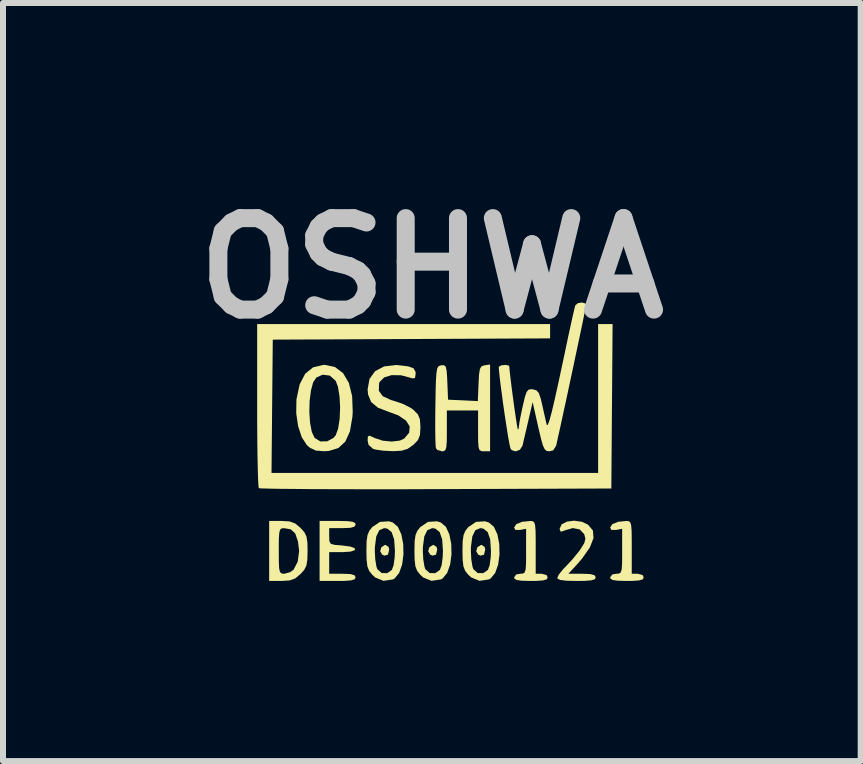
<source format=kicad_pcb>
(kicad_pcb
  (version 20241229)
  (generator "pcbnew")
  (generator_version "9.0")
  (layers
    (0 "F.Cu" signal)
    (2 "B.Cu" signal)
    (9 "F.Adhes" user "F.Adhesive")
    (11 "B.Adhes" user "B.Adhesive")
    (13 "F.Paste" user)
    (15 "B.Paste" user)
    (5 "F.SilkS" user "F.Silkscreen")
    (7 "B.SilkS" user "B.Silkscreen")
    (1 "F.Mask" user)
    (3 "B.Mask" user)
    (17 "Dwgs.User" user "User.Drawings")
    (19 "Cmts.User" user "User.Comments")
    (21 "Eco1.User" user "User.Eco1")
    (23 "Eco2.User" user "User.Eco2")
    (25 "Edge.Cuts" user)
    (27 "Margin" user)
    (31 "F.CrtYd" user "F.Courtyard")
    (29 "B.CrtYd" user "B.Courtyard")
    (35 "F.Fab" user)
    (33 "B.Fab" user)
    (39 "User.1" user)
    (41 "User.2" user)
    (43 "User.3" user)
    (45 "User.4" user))
  (footprint "OSHWA"
    (layer "F.Cu")
    (at 4.194 4.348)
    (property "Reference" "OSHWA" (at -0.05 -2.93 0) (layer "Dwgs.User") (effects (font (size 1.524 1.524) (thickness 0.3))))
    (attr board_only exclude_from_pos_files exclude_from_bom)
    (fp_poly (pts (xy -0.771 1.713) (xy -0.76 1.758) (xy -0.781 1.842) (xy -0.84 1.858) (xy -0.878 1.841) (xy -0.911 1.785) (xy -0.892 1.719) (xy -0.834 1.681) (xy -0.821 1.68)) (stroke (width 0) (type solid)) (fill yes) (layer "F.SilkS"))
    (fp_poly (pts (xy 0.029 1.713) (xy 0.04 1.758) (xy 0.019 1.842) (xy -0.04 1.858) (xy -0.078 1.841) (xy -0.111 1.785) (xy -0.092 1.719) (xy -0.034 1.681) (xy -0.021 1.68)) (stroke (width 0) (type solid)) (fill yes) (layer "F.SilkS"))
    (fp_poly (pts (xy 0.829 1.713) (xy 0.84 1.758) (xy 0.819 1.842) (xy 0.76 1.858) (xy 0.722 1.841) (xy 0.689 1.785) (xy 0.708 1.719) (xy 0.766 1.681) (xy 0.779 1.68)) (stroke (width 0) (type solid)) (fill yes) (layer "F.SilkS"))
    (fp_poly (pts (xy 1.92 -1.761) (xy -2.7 -1.74) (xy -2.721 0.48) (xy 2.72 0.48) (xy 2.72 -2) (xy 2.961 -2) (xy 2.94 0.74) (xy 0.017 0.75) (xy -0.46 0.752) (xy -0.913 0.752) (xy -1.336 0.752) (xy -1.723 0.751) (xy -2.068 0.75) (xy -2.364 0.747) (xy -2.605 0.745) (xy -2.784 0.741) (xy -2.896 0.738) (xy -2.933 0.734) (xy -2.939 0.689) (xy -2.945 0.573) (xy -2.95 0.396) (xy -2.955 0.168) (xy -2.958 -0.102) (xy -2.96 -0.406) (xy -2.96 -0.647) (xy -2.96 -2) (xy 1.92 -2)) (stroke (width 0) (type solid)) (fill yes) (layer "F.SilkS"))
    (fp_poly (pts (xy -1.462 1.283) (xy -1.369 1.294) (xy -1.327 1.317) (xy -1.32 1.34) (xy -1.34 1.376) (xy -1.409 1.395) (xy -1.54 1.4) (xy -1.76 1.4) (xy -1.76 1.538) (xy -1.757 1.619) (xy -1.733 1.661) (xy -1.669 1.679) (xy -1.553 1.688) (xy -1.408 1.707) (xy -1.333 1.736) (xy -1.332 1.767) (xy -1.405 1.791) (xy -1.537 1.8) (xy -1.76 1.8) (xy -1.76 2.16) (xy -1.54 2.16) (xy -1.407 2.165) (xy -1.339 2.184) (xy -1.32 2.22) (xy -1.336 2.252) (xy -1.393 2.27) (xy -1.505 2.279) (xy -1.62 2.28) (xy -1.92 2.28) (xy -1.92 1.28) (xy -1.62 1.28)) (stroke (width 0) (type solid)) (fill yes) (layer "F.SilkS"))
    (fp_poly (pts (xy 1.629 1.284) (xy 1.655 1.303) (xy 1.67 1.351) (xy 1.678 1.444) (xy 1.68 1.594) (xy 1.68 1.72) (xy 1.68 2.16) (xy 1.78 2.16) (xy 1.86 2.181) (xy 1.88 2.22) (xy 1.864 2.253) (xy 1.804 2.271) (xy 1.688 2.279) (xy 1.6 2.28) (xy 1.448 2.276) (xy 1.361 2.264) (xy 1.324 2.239) (xy 1.32 2.22) (xy 1.355 2.172) (xy 1.42 2.16) (xy 1.467 2.157) (xy 1.496 2.139) (xy 1.512 2.09) (xy 1.519 1.996) (xy 1.52 1.841) (xy 1.52 1.786) (xy 1.52 1.411) (xy 1.42 1.43) (xy 1.341 1.43) (xy 1.32 1.389) (xy 1.357 1.333) (xy 1.456 1.294) (xy 1.59 1.281)) (stroke (width 0) (type solid)) (fill yes) (layer "F.SilkS"))
    (fp_poly (pts (xy 3.229 1.284) (xy 3.255 1.303) (xy 3.27 1.351) (xy 3.278 1.444) (xy 3.28 1.594) (xy 3.28 1.72) (xy 3.28 2.16) (xy 3.38 2.16) (xy 3.46 2.181) (xy 3.48 2.22) (xy 3.464 2.253) (xy 3.404 2.271) (xy 3.288 2.279) (xy 3.2 2.28) (xy 3.048 2.276) (xy 2.961 2.264) (xy 2.924 2.239) (xy 2.92 2.22) (xy 2.955 2.172) (xy 3.02 2.16) (xy 3.067 2.157) (xy 3.096 2.139) (xy 3.112 2.09) (xy 3.119 1.996) (xy 3.12 1.841) (xy 3.12 1.786) (xy 3.12 1.411) (xy 3.02 1.43) (xy 2.941 1.43) (xy 2.92 1.389) (xy 2.957 1.333) (xy 3.056 1.294) (xy 3.19 1.281)) (stroke (width 0) (type solid)) (fill yes) (layer "F.SilkS"))
    (fp_poly (pts (xy -0.702 1.305) (xy -0.617 1.377) (xy -0.558 1.504) (xy -0.527 1.665) (xy -0.523 1.839) (xy -0.545 2.007) (xy -0.595 2.147) (xy -0.671 2.239) (xy -0.702 2.255) (xy -0.856 2.278) (xy -0.993 2.222) (xy -1.043 2.177) (xy -1.095 2.111) (xy -1.124 2.037) (xy -1.137 1.929) (xy -1.14 1.78) (xy -1 1.78) (xy -0.993 1.92) (xy -0.974 2.036) (xy -0.959 2.083) (xy -0.886 2.148) (xy -0.793 2.15) (xy -0.717 2.097) (xy -0.687 2.018) (xy -0.669 1.883) (xy -0.665 1.78) (xy -0.678 1.588) (xy -0.72 1.466) (xy -0.792 1.408) (xy -0.843 1.4) (xy -0.925 1.434) (xy -0.976 1.539) (xy -0.999 1.715) (xy -1 1.78) (xy -1.14 1.78) (xy -1.137 1.62) (xy -1.122 1.516) (xy -1.091 1.443) (xy -1.043 1.383) (xy -0.914 1.296) (xy -0.767 1.286)) (stroke (width 0) (type solid)) (fill yes) (layer "F.SilkS"))
    (fp_poly (pts (xy 0.098 1.305) (xy 0.183 1.377) (xy 0.242 1.504) (xy 0.273 1.665) (xy 0.277 1.839) (xy 0.255 2.007) (xy 0.205 2.147) (xy 0.129 2.239) (xy 0.098 2.255) (xy -0.056 2.278) (xy -0.193 2.222) (xy -0.243 2.177) (xy -0.295 2.111) (xy -0.324 2.037) (xy -0.337 1.929) (xy -0.34 1.78) (xy -0.2 1.78) (xy -0.193 1.92) (xy -0.174 2.036) (xy -0.159 2.083) (xy -0.086 2.148) (xy 0.007 2.15) (xy 0.083 2.097) (xy 0.113 2.018) (xy 0.131 1.883) (xy 0.135 1.78) (xy 0.122 1.588) (xy 0.08 1.466) (xy 0.008 1.408) (xy -0.043 1.4) (xy -0.125 1.434) (xy -0.176 1.539) (xy -0.199 1.715) (xy -0.2 1.78) (xy -0.34 1.78) (xy -0.337 1.62) (xy -0.322 1.516) (xy -0.291 1.443) (xy -0.243 1.383) (xy -0.114 1.296) (xy 0.033 1.286)) (stroke (width 0) (type solid)) (fill yes) (layer "F.SilkS"))
    (fp_poly (pts (xy 0.898 1.305) (xy 0.983 1.377) (xy 1.042 1.504) (xy 1.073 1.665) (xy 1.077 1.839) (xy 1.055 2.007) (xy 1.005 2.147) (xy 0.929 2.239) (xy 0.898 2.255) (xy 0.744 2.278) (xy 0.607 2.222) (xy 0.557 2.177) (xy 0.505 2.111) (xy 0.476 2.037) (xy 0.463 1.929) (xy 0.46 1.78) (xy 0.6 1.78) (xy 0.607 1.92) (xy 0.626 2.036) (xy 0.641 2.083) (xy 0.714 2.148) (xy 0.807 2.15) (xy 0.883 2.097) (xy 0.913 2.018) (xy 0.931 1.883) (xy 0.935 1.78) (xy 0.922 1.588) (xy 0.88 1.466) (xy 0.808 1.408) (xy 0.757 1.4) (xy 0.675 1.434) (xy 0.624 1.539) (xy 0.601 1.715) (xy 0.6 1.78) (xy 0.46 1.78) (xy 0.463 1.62) (xy 0.478 1.516) (xy 0.509 1.443) (xy 0.557 1.383) (xy 0.686 1.296) (xy 0.833 1.286)) (stroke (width 0) (type solid)) (fill yes) (layer "F.SilkS"))
    (fp_poly (pts (xy 2.448 1.294) (xy 2.551 1.342) (xy 2.633 1.439) (xy 2.643 1.565) (xy 2.582 1.722) (xy 2.449 1.912) (xy 2.345 2.03) (xy 2.224 2.16) (xy 2.452 2.16) (xy 2.587 2.165) (xy 2.658 2.183) (xy 2.68 2.217) (xy 2.68 2.22) (xy 2.665 2.251) (xy 2.61 2.269) (xy 2.502 2.278) (xy 2.36 2.28) (xy 2.189 2.276) (xy 2.087 2.263) (xy 2.043 2.24) (xy 2.04 2.228) (xy 2.067 2.171) (xy 2.135 2.086) (xy 2.18 2.04) (xy 2.293 1.919) (xy 2.402 1.785) (xy 2.426 1.751) (xy 2.49 1.648) (xy 2.508 1.576) (xy 2.489 1.504) (xy 2.487 1.499) (xy 2.412 1.421) (xy 2.298 1.399) (xy 2.164 1.438) (xy 2.157 1.441) (xy 2.098 1.461) (xy 2.08 1.422) (xy 2.08 1.406) (xy 2.114 1.335) (xy 2.202 1.291) (xy 2.321 1.276)) (stroke (width 0) (type solid)) (fill yes) (layer "F.SilkS"))
    (fp_poly (pts (xy -2.421 1.288) (xy -2.327 1.322) (xy -2.24 1.394) (xy -2.237 1.397) (xy -2.173 1.469) (xy -2.138 1.541) (xy -2.123 1.641) (xy -2.12 1.78) (xy -2.124 1.929) (xy -2.14 2.025) (xy -2.177 2.097) (xy -2.237 2.163) (xy -2.325 2.237) (xy -2.418 2.271) (xy -2.552 2.28) (xy -2.557 2.28) (xy -2.76 2.28) (xy -2.76 1.78) (xy -2.6 1.78) (xy -2.599 1.956) (xy -2.594 2.067) (xy -2.581 2.128) (xy -2.557 2.154) (xy -2.518 2.16) (xy -2.506 2.16) (xy -2.405 2.131) (xy -2.352 2.09) (xy -2.284 1.958) (xy -2.261 1.782) (xy -2.28 1.622) (xy -2.326 1.489) (xy -2.4 1.42) (xy -2.51 1.401) (xy -2.552 1.404) (xy -2.578 1.426) (xy -2.592 1.48) (xy -2.599 1.582) (xy -2.6 1.747) (xy -2.6 1.78) (xy -2.76 1.78) (xy -2.76 1.28) (xy -2.557 1.28)) (stroke (width 0) (type solid)) (fill yes) (layer "F.SilkS"))
    (fp_poly (pts (xy 0.92 0.12) (xy 0.82 0.12) (xy 0.772 0.117) (xy 0.742 0.097) (xy 0.727 0.044) (xy 0.721 -0.057) (xy 0.72 -0.22) (xy 0.72 -0.56) (xy 0.2 -0.56) (xy 0.2 -0.22) (xy 0.199 -0.055) (xy 0.192 0.046) (xy 0.176 0.098) (xy 0.147 0.118) (xy 0.119 0.12) (xy 0.043 0.098) (xy 0.018 0.068) (xy 0.012 0.013) (xy 0.008 -0.108) (xy 0.006 -0.28) (xy 0.007 -0.488) (xy 0.009 -0.642) (xy 0.013 -0.885) (xy 0.018 -1.059) (xy 0.026 -1.177) (xy 0.037 -1.25) (xy 0.054 -1.289) (xy 0.079 -1.306) (xy 0.108 -1.313) (xy 0.154 -1.314) (xy 0.181 -1.29) (xy 0.196 -1.225) (xy 0.205 -1.104) (xy 0.208 -1.033) (xy 0.22 -0.74) (xy 0.716 -0.716) (xy 0.728 -1.008) (xy 0.736 -1.159) (xy 0.75 -1.248) (xy 0.774 -1.293) (xy 0.815 -1.31) (xy 0.83 -1.313) (xy 0.92 -1.326)) (stroke (width 0) (type solid)) (fill yes) (layer "F.SilkS"))
    (fp_poly (pts (xy -1.664 -1.284) (xy -1.529 -1.182) (xy -1.432 -1.018) (xy -1.378 -0.8) (xy -1.368 -0.534) (xy -1.374 -0.449) (xy -1.415 -0.211) (xy -1.491 -0.042) (xy -1.606 0.065) (xy -1.764 0.114) (xy -1.845 0.119) (xy -1.982 0.108) (xy -2.079 0.063) (xy -2.132 0.017) (xy -2.217 -0.114) (xy -2.278 -0.298) (xy -2.309 -0.513) (xy -2.309 -0.534) (xy -2.091 -0.534) (xy -2.079 -0.355) (xy -2.05 -0.204) (xy -2.003 -0.103) (xy -2.003 -0.103) (xy -1.909 -0.045) (xy -1.795 -0.046) (xy -1.69 -0.102) (xy -1.652 -0.146) (xy -1.611 -0.257) (xy -1.586 -0.42) (xy -1.578 -0.608) (xy -1.588 -0.795) (xy -1.614 -0.955) (xy -1.652 -1.054) (xy -1.75 -1.141) (xy -1.869 -1.156) (xy -1.974 -1.109) (xy -2.027 -1.03) (xy -2.064 -0.893) (xy -2.086 -0.721) (xy -2.091 -0.534) (xy -2.309 -0.534) (xy -2.306 -0.736) (xy -2.304 -0.752) (xy -2.252 -0.996) (xy -2.16 -1.172) (xy -2.028 -1.279) (xy -1.856 -1.32) (xy -1.834 -1.32)) (stroke (width 0) (type solid)) (fill yes) (layer "F.SilkS"))
    (fp_poly (pts (xy -0.445 -1.295) (xy -0.355 -1.263) (xy -0.322 -1.204) (xy -0.32 -1.171) (xy -0.331 -1.101) (xy -0.375 -1.094) (xy -0.39 -1.1) (xy -0.561 -1.146) (xy -0.719 -1.149) (xy -0.844 -1.111) (xy -0.92 -1.035) (xy -0.929 -1.01) (xy -0.933 -0.888) (xy -0.868 -0.798) (xy -0.731 -0.734) (xy -0.681 -0.72) (xy -0.535 -0.671) (xy -0.403 -0.604) (xy -0.358 -0.572) (xy -0.283 -0.496) (xy -0.249 -0.412) (xy -0.24 -0.285) (xy -0.24 -0.28) (xy -0.248 -0.152) (xy -0.281 -0.067) (xy -0.355 0.01) (xy -0.363 0.016) (xy -0.454 0.08) (xy -0.553 0.11) (xy -0.693 0.118) (xy -0.713 0.117) (xy -0.856 0.11) (xy -0.979 0.093) (xy -1.03 0.079) (xy -1.105 0.012) (xy -1.12 -0.06) (xy -1.116 -0.127) (xy -1.088 -0.14) (xy -1.014 -0.107) (xy -1.002 -0.101) (xy -0.869 -0.057) (xy -0.718 -0.042) (xy -0.583 -0.058) (xy -0.512 -0.09) (xy -0.428 -0.19) (xy -0.419 -0.294) (xy -0.481 -0.392) (xy -0.61 -0.479) (xy -0.768 -0.537) (xy -0.949 -0.607) (xy -1.061 -0.7) (xy -1.113 -0.827) (xy -1.12 -0.912) (xy -1.088 -1.087) (xy -0.994 -1.216) (xy -0.845 -1.294) (xy -0.645 -1.318)) (stroke (width 0) (type solid)) (fill yes) (layer "F.SilkS"))
    (fp_poly (pts (xy 2.508 -2.342) (xy 2.52 -2.317) (xy 2.512 -2.272) (xy 2.489 -2.16) (xy 2.455 -1.993) (xy 2.411 -1.784) (xy 2.36 -1.544) (xy 2.305 -1.284) (xy 2.248 -1.017) (xy 2.192 -0.755) (xy 2.138 -0.508) (xy 2.091 -0.29) (xy 2.051 -0.111) (xy 2.023 0.017) (xy 2.019 0.03) (xy 1.971 0.105) (xy 1.906 0.12) (xy 1.863 0.114) (xy 1.83 0.086) (xy 1.8 0.022) (xy 1.768 -0.091) (xy 1.726 -0.267) (xy 1.721 -0.29) (xy 1.629 -0.7) (xy 1.555 -0.38) (xy 1.517 -0.218) (xy 1.484 -0.077) (xy 1.462 0.018) (xy 1.459 0.03) (xy 1.415 0.096) (xy 1.344 0.121) (xy 1.279 0.1) (xy 1.259 0.07) (xy 1.244 0.005) (xy 1.221 -0.119) (xy 1.195 -0.285) (xy 1.165 -0.478) (xy 1.136 -0.68) (xy 1.11 -0.877) (xy 1.087 -1.052) (xy 1.072 -1.19) (xy 1.065 -1.273) (xy 1.067 -1.29) (xy 1.111 -1.313) (xy 1.181 -1.319) (xy 1.233 -1.308) (xy 1.24 -1.297) (xy 1.245 -1.231) (xy 1.259 -1.11) (xy 1.278 -0.953) (xy 1.301 -0.778) (xy 1.325 -0.602) (xy 1.348 -0.443) (xy 1.367 -0.321) (xy 1.38 -0.253) (xy 1.382 -0.244) (xy 1.398 -0.26) (xy 1.4 -0.288) (xy 1.408 -0.356) (xy 1.431 -0.477) (xy 1.462 -0.625) (xy 1.465 -0.637) (xy 1.5 -0.785) (xy 1.529 -0.869) (xy 1.561 -0.907) (xy 1.607 -0.915) (xy 1.632 -0.912) (xy 1.691 -0.896) (xy 1.731 -0.852) (xy 1.763 -0.761) (xy 1.787 -0.66) (xy 1.82 -0.513) (xy 1.849 -0.384) (xy 1.865 -0.32) (xy 1.88 -0.319) (xy 1.908 -0.391) (xy 1.948 -0.537) (xy 2 -0.759) (xy 2.066 -1.058) (xy 2.105 -1.24) (xy 2.164 -1.517) (xy 2.217 -1.769) (xy 2.264 -1.985) (xy 2.302 -2.155) (xy 2.328 -2.267) (xy 2.339 -2.31) (xy 2.383 -2.348) (xy 2.452 -2.359)) (stroke (width 0) (type solid)) (fill yes) (layer "F.SilkS")))
  (gr_rect
    (start -3 -3)
    (end 11.288 9.628)
    (stroke (width 0.1) (type default))
    (fill no)
    (layer "Edge.Cuts")))
</source>
